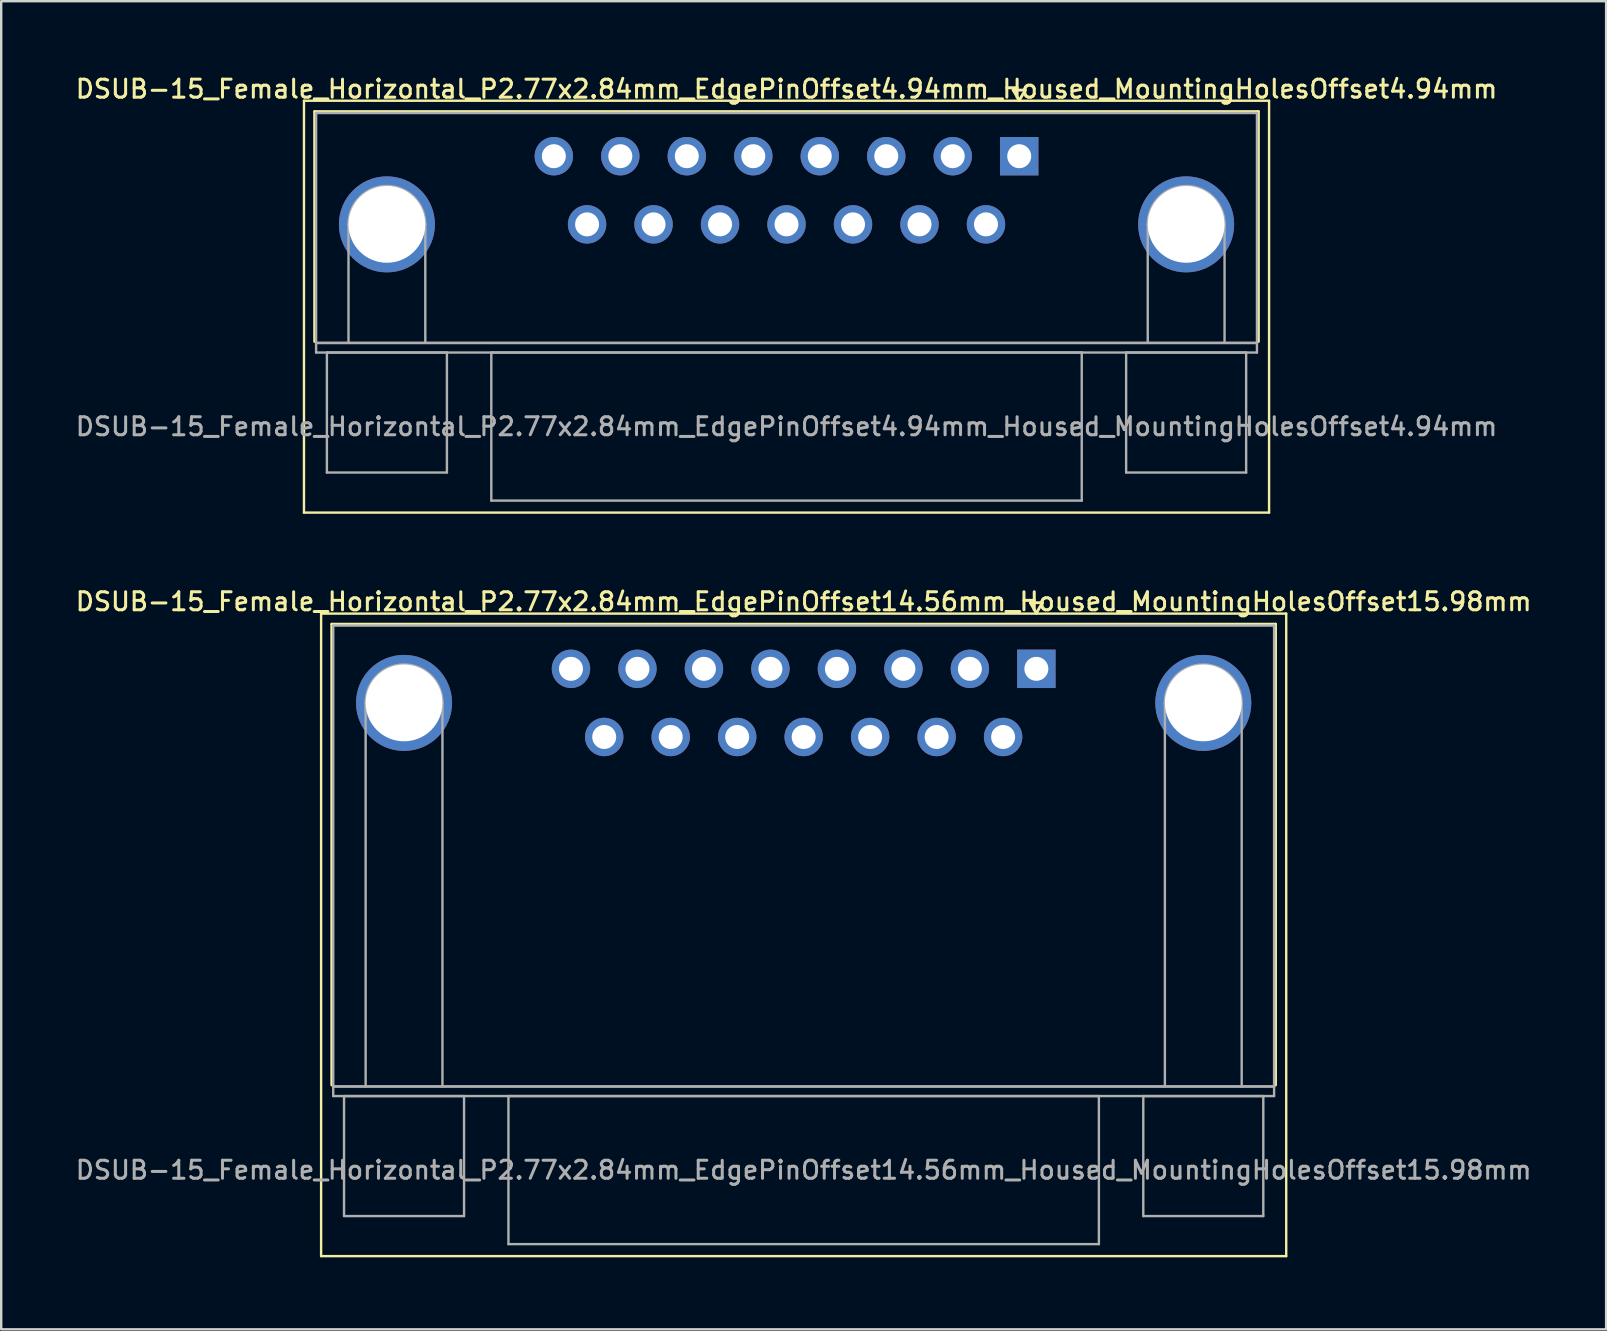
<source format=kicad_pcb>
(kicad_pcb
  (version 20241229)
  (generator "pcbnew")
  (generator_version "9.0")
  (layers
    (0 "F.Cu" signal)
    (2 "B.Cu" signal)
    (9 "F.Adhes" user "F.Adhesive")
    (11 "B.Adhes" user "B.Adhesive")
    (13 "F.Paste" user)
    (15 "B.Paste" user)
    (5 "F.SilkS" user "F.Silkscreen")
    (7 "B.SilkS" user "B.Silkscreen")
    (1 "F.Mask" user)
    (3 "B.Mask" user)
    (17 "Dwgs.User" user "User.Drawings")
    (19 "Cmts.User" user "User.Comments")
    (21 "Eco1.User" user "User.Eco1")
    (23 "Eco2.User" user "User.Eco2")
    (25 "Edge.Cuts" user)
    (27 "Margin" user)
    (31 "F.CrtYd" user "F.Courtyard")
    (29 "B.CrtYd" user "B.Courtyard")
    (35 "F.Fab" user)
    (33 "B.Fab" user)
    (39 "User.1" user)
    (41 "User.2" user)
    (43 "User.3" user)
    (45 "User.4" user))
  (footprint "DSUB-15_Female_Horizontal_P2.77x2.84mm_EdgePinOffset4.94mm_Housed_MountingHolesOffset4.94mm"
    (layer "F.Cu")
    (at 39.415 3.458)
    (property "Reference" "DSUB-15_Female_Horizontal_P2.77x2.84mm_EdgePinOffset4.94mm_Housed_MountingHolesOffset4.94mm" (at -9.695 -2.8 0) (layer "F.SilkS") (effects (font (size 0.75 0.75) (thickness 0.125))))
    (attr through_hole)
    (fp_line (start -29.8 -2.31) (end -29.8 14.85) (stroke (width 0.1) (type solid)) (layer "F.SilkS"))
    (fp_line (start -29.8 14.85) (end 10.41 14.85) (stroke (width 0.1) (type solid)) (layer "F.SilkS"))
    (fp_line (start -29.355 -1.86) (end 9.965 -1.86) (stroke (width 0.12) (type solid)) (layer "F.SilkS"))
    (fp_line (start -29.355 7.72) (end -29.355 -1.86) (stroke (width 0.12) (type solid)) (layer "F.SilkS"))
    (fp_line (start -0.25 -2.754) (end 0.25 -2.754) (stroke (width 0.12) (type solid)) (layer "F.SilkS"))
    (fp_line (start 0 -2.321) (end -0.25 -2.754) (stroke (width 0.12) (type solid)) (layer "F.SilkS"))
    (fp_line (start 0.25 -2.754) (end 0 -2.321) (stroke (width 0.12) (type solid)) (layer "F.SilkS"))
    (fp_line (start 9.965 -1.86) (end 9.965 7.72) (stroke (width 0.12) (type solid)) (layer "F.SilkS"))
    (fp_line (start 10.41 -2.31) (end -29.8 -2.31) (stroke (width 0.1) (type solid)) (layer "F.SilkS"))
    (fp_line (start 10.41 14.85) (end 10.41 -2.31) (stroke (width 0.1) (type solid)) (layer "F.SilkS"))
    (fp_line (start -29.295 -1.8) (end -29.295 7.78) (stroke (width 0.1) (type solid)) (layer "F.Fab"))
    (fp_line (start -29.295 7.78) (end -29.295 8.18) (stroke (width 0.1) (type solid)) (layer "F.Fab"))
    (fp_line (start -29.295 7.78) (end 9.905 7.78) (stroke (width 0.1) (type solid)) (layer "F.Fab"))
    (fp_line (start -29.295 8.18) (end 9.905 8.18) (stroke (width 0.1) (type solid)) (layer "F.Fab"))
    (fp_line (start -28.845 8.18) (end -28.845 13.18) (stroke (width 0.1) (type solid)) (layer "F.Fab"))
    (fp_line (start -28.845 13.18) (end -23.845 13.18) (stroke (width 0.1) (type solid)) (layer "F.Fab"))
    (fp_line (start -27.945 7.78) (end -27.945 2.84) (stroke (width 0.1) (type solid)) (layer "F.Fab"))
    (fp_line (start -24.745 7.78) (end -24.745 2.84) (stroke (width 0.1) (type solid)) (layer "F.Fab"))
    (fp_line (start -23.845 8.18) (end -28.845 8.18) (stroke (width 0.1) (type solid)) (layer "F.Fab"))
    (fp_line (start -23.845 13.18) (end -23.845 8.18) (stroke (width 0.1) (type solid)) (layer "F.Fab"))
    (fp_line (start -21.995 8.18) (end -21.995 14.35) (stroke (width 0.1) (type solid)) (layer "F.Fab"))
    (fp_line (start -21.995 14.35) (end 2.605 14.35) (stroke (width 0.1) (type solid)) (layer "F.Fab"))
    (fp_line (start 2.605 8.18) (end -21.995 8.18) (stroke (width 0.1) (type solid)) (layer "F.Fab"))
    (fp_line (start 2.605 14.35) (end 2.605 8.18) (stroke (width 0.1) (type solid)) (layer "F.Fab"))
    (fp_line (start 4.455 8.18) (end 4.455 13.18) (stroke (width 0.1) (type solid)) (layer "F.Fab"))
    (fp_line (start 4.455 13.18) (end 9.455 13.18) (stroke (width 0.1) (type solid)) (layer "F.Fab"))
    (fp_line (start 5.355 7.78) (end 5.355 2.84) (stroke (width 0.1) (type solid)) (layer "F.Fab"))
    (fp_line (start 8.555 7.78) (end 8.555 2.84) (stroke (width 0.1) (type solid)) (layer "F.Fab"))
    (fp_line (start 9.455 8.18) (end 4.455 8.18) (stroke (width 0.1) (type solid)) (layer "F.Fab"))
    (fp_line (start 9.455 13.18) (end 9.455 8.18) (stroke (width 0.1) (type solid)) (layer "F.Fab"))
    (fp_line (start 9.905 -1.8) (end -29.295 -1.8) (stroke (width 0.1) (type solid)) (layer "F.Fab"))
    (fp_line (start 9.905 7.78) (end -29.295 7.78) (stroke (width 0.1) (type solid)) (layer "F.Fab"))
    (fp_line (start 9.905 7.78) (end 9.905 -1.8) (stroke (width 0.1) (type solid)) (layer "F.Fab"))
    (fp_line (start 9.905 8.18) (end 9.905 7.78) (stroke (width 0.1) (type solid)) (layer "F.Fab"))
    (fp_arc (start -27.945 2.84) (mid -26.345 1.24) (end -24.745 2.84) (stroke (width 0.1) (type solid)) (layer "F.Fab"))
    (fp_arc (start 5.355 2.84) (mid 6.955 1.24) (end 8.555 2.84) (stroke (width 0.1) (type solid)) (layer "F.Fab"))
    (fp_text user "${REFERENCE}" (at -9.695 11.265 0) (layer "F.Fab") (effects (font (size 0.75 0.75) (thickness 0.125))))
    (pad "0" thru_hole circle (at -26.345 2.84) (size 4 4) (drill 3.2) (layers "*.Cu" "*.Mask"))
    (pad "0" thru_hole circle (at 6.955 2.84) (size 4 4) (drill 3.2) (layers "*.Cu" "*.Mask"))
    (pad "1" thru_hole rect (at 0 0) (size 1.6 1.6) (drill 1) (layers "*.Cu" "*.Mask"))
    (pad "2" thru_hole circle (at -2.77 0) (size 1.6 1.6) (drill 1) (layers "*.Cu" "*.Mask"))
    (pad "3" thru_hole circle (at -5.54 0) (size 1.6 1.6) (drill 1) (layers "*.Cu" "*.Mask"))
    (pad "4" thru_hole circle (at -8.31 0) (size 1.6 1.6) (drill 1) (layers "*.Cu" "*.Mask"))
    (pad "5" thru_hole circle (at -11.08 0) (size 1.6 1.6) (drill 1) (layers "*.Cu" "*.Mask"))
    (pad "6" thru_hole circle (at -13.85 0) (size 1.6 1.6) (drill 1) (layers "*.Cu" "*.Mask"))
    (pad "7" thru_hole circle (at -16.62 0) (size 1.6 1.6) (drill 1) (layers "*.Cu" "*.Mask"))
    (pad "8" thru_hole circle (at -19.39 0) (size 1.6 1.6) (drill 1) (layers "*.Cu" "*.Mask"))
    (pad "9" thru_hole circle (at -1.385 2.84) (size 1.6 1.6) (drill 1) (layers "*.Cu" "*.Mask"))
    (pad "10" thru_hole circle (at -4.155 2.84) (size 1.6 1.6) (drill 1) (layers "*.Cu" "*.Mask"))
    (pad "11" thru_hole circle (at -6.925 2.84) (size 1.6 1.6) (drill 1) (layers "*.Cu" "*.Mask"))
    (pad "12" thru_hole circle (at -9.695 2.84) (size 1.6 1.6) (drill 1) (layers "*.Cu" "*.Mask"))
    (pad "13" thru_hole circle (at -12.465 2.84) (size 1.6 1.6) (drill 1) (layers "*.Cu" "*.Mask"))
    (pad "14" thru_hole circle (at -15.235 2.84) (size 1.6 1.6) (drill 1) (layers "*.Cu" "*.Mask"))
    (pad "15" thru_hole circle (at -18.005 2.84) (size 1.6 1.6) (drill 1) (layers "*.Cu" "*.Mask")))
  (footprint "DSUB-15_Female_Horizontal_P2.77x2.84mm_EdgePinOffset14.56mm_Housed_MountingHolesOffset15.98mm"
    (layer "F.Cu")
    (at 40.129 24.816)
    (property "Reference" "DSUB-15_Female_Horizontal_P2.77x2.84mm_EdgePinOffset14.56mm_Housed_MountingHolesOffset15.98mm" (at -9.695 -2.8 0) (layer "F.SilkS") (effects (font (size 0.75 0.75) (thickness 0.125))))
    (attr through_hole)
    (fp_line (start -29.8 -2.3) (end -29.8 24.47) (stroke (width 0.1) (type solid)) (layer "F.SilkS"))
    (fp_line (start -29.8 24.47) (end 10.41 24.47) (stroke (width 0.1) (type solid)) (layer "F.SilkS"))
    (fp_line (start -29.355 -1.86) (end 9.965 -1.86) (stroke (width 0.12) (type solid)) (layer "F.SilkS"))
    (fp_line (start -29.355 17.34) (end -29.355 -1.86) (stroke (width 0.12) (type solid)) (layer "F.SilkS"))
    (fp_line (start -0.25 -2.754) (end 0.25 -2.754) (stroke (width 0.12) (type solid)) (layer "F.SilkS"))
    (fp_line (start 0 -2.321) (end -0.25 -2.754) (stroke (width 0.12) (type solid)) (layer "F.SilkS"))
    (fp_line (start 0.25 -2.754) (end 0 -2.321) (stroke (width 0.12) (type solid)) (layer "F.SilkS"))
    (fp_line (start 9.965 -1.86) (end 9.965 17.34) (stroke (width 0.12) (type solid)) (layer "F.SilkS"))
    (fp_line (start 10.41 -2.3) (end -29.8 -2.3) (stroke (width 0.1) (type solid)) (layer "F.SilkS"))
    (fp_line (start 10.41 24.47) (end 10.41 -2.3) (stroke (width 0.1) (type solid)) (layer "F.SilkS"))
    (fp_line (start -29.295 -1.8) (end -29.295 17.4) (stroke (width 0.1) (type solid)) (layer "F.Fab"))
    (fp_line (start -29.295 17.4) (end -29.295 17.8) (stroke (width 0.1) (type solid)) (layer "F.Fab"))
    (fp_line (start -29.295 17.4) (end 9.905 17.4) (stroke (width 0.1) (type solid)) (layer "F.Fab"))
    (fp_line (start -29.295 17.8) (end 9.905 17.8) (stroke (width 0.1) (type solid)) (layer "F.Fab"))
    (fp_line (start -28.845 17.8) (end -28.845 22.8) (stroke (width 0.1) (type solid)) (layer "F.Fab"))
    (fp_line (start -28.845 22.8) (end -23.845 22.8) (stroke (width 0.1) (type solid)) (layer "F.Fab"))
    (fp_line (start -27.945 17.4) (end -27.945 1.42) (stroke (width 0.1) (type solid)) (layer "F.Fab"))
    (fp_line (start -24.745 17.4) (end -24.745 1.42) (stroke (width 0.1) (type solid)) (layer "F.Fab"))
    (fp_line (start -23.845 17.8) (end -28.845 17.8) (stroke (width 0.1) (type solid)) (layer "F.Fab"))
    (fp_line (start -23.845 22.8) (end -23.845 17.8) (stroke (width 0.1) (type solid)) (layer "F.Fab"))
    (fp_line (start -21.995 17.8) (end -21.995 23.97) (stroke (width 0.1) (type solid)) (layer "F.Fab"))
    (fp_line (start -21.995 23.97) (end 2.605 23.97) (stroke (width 0.1) (type solid)) (layer "F.Fab"))
    (fp_line (start 2.605 17.8) (end -21.995 17.8) (stroke (width 0.1) (type solid)) (layer "F.Fab"))
    (fp_line (start 2.605 23.97) (end 2.605 17.8) (stroke (width 0.1) (type solid)) (layer "F.Fab"))
    (fp_line (start 4.455 17.8) (end 4.455 22.8) (stroke (width 0.1) (type solid)) (layer "F.Fab"))
    (fp_line (start 4.455 22.8) (end 9.455 22.8) (stroke (width 0.1) (type solid)) (layer "F.Fab"))
    (fp_line (start 5.355 17.4) (end 5.355 1.42) (stroke (width 0.1) (type solid)) (layer "F.Fab"))
    (fp_line (start 8.555 17.4) (end 8.555 1.42) (stroke (width 0.1) (type solid)) (layer "F.Fab"))
    (fp_line (start 9.455 17.8) (end 4.455 17.8) (stroke (width 0.1) (type solid)) (layer "F.Fab"))
    (fp_line (start 9.455 22.8) (end 9.455 17.8) (stroke (width 0.1) (type solid)) (layer "F.Fab"))
    (fp_line (start 9.905 -1.8) (end -29.295 -1.8) (stroke (width 0.1) (type solid)) (layer "F.Fab"))
    (fp_line (start 9.905 17.4) (end -29.295 17.4) (stroke (width 0.1) (type solid)) (layer "F.Fab"))
    (fp_line (start 9.905 17.4) (end 9.905 -1.8) (stroke (width 0.1) (type solid)) (layer "F.Fab"))
    (fp_line (start 9.905 17.8) (end 9.905 17.4) (stroke (width 0.1) (type solid)) (layer "F.Fab"))
    (fp_arc (start -27.945 1.42) (mid -26.345 -0.18) (end -24.745 1.42) (stroke (width 0.1) (type solid)) (layer "F.Fab"))
    (fp_arc (start 5.355 1.42) (mid 6.955 -0.18) (end 8.555 1.42) (stroke (width 0.1) (type solid)) (layer "F.Fab"))
    (fp_text user "${REFERENCE}" (at -9.695 20.885 0) (layer "F.Fab") (effects (font (size 0.75 0.75) (thickness 0.125))))
    (pad "0" thru_hole circle (at -26.345 1.42) (size 4 4) (drill 3.2) (layers "*.Cu" "*.Mask"))
    (pad "0" thru_hole circle (at 6.955 1.42) (size 4 4) (drill 3.2) (layers "*.Cu" "*.Mask"))
    (pad "1" thru_hole rect (at 0 0) (size 1.6 1.6) (drill 1) (layers "*.Cu" "*.Mask"))
    (pad "2" thru_hole circle (at -2.77 0) (size 1.6 1.6) (drill 1) (layers "*.Cu" "*.Mask"))
    (pad "3" thru_hole circle (at -5.54 0) (size 1.6 1.6) (drill 1) (layers "*.Cu" "*.Mask"))
    (pad "4" thru_hole circle (at -8.31 0) (size 1.6 1.6) (drill 1) (layers "*.Cu" "*.Mask"))
    (pad "5" thru_hole circle (at -11.08 0) (size 1.6 1.6) (drill 1) (layers "*.Cu" "*.Mask"))
    (pad "6" thru_hole circle (at -13.85 0) (size 1.6 1.6) (drill 1) (layers "*.Cu" "*.Mask"))
    (pad "7" thru_hole circle (at -16.62 0) (size 1.6 1.6) (drill 1) (layers "*.Cu" "*.Mask"))
    (pad "8" thru_hole circle (at -19.39 0) (size 1.6 1.6) (drill 1) (layers "*.Cu" "*.Mask"))
    (pad "9" thru_hole circle (at -1.385 2.84) (size 1.6 1.6) (drill 1) (layers "*.Cu" "*.Mask"))
    (pad "10" thru_hole circle (at -4.155 2.84) (size 1.6 1.6) (drill 1) (layers "*.Cu" "*.Mask"))
    (pad "11" thru_hole circle (at -6.925 2.84) (size 1.6 1.6) (drill 1) (layers "*.Cu" "*.Mask"))
    (pad "12" thru_hole circle (at -9.695 2.84) (size 1.6 1.6) (drill 1) (layers "*.Cu" "*.Mask"))
    (pad "13" thru_hole circle (at -12.465 2.84) (size 1.6 1.6) (drill 1) (layers "*.Cu" "*.Mask"))
    (pad "14" thru_hole circle (at -15.235 2.84) (size 1.6 1.6) (drill 1) (layers "*.Cu" "*.Mask"))
    (pad "15" thru_hole circle (at -18.005 2.84) (size 1.6 1.6) (drill 1) (layers "*.Cu" "*.Mask")))
  (gr_rect
    (start -3 -3)
    (end 63.868 52.336)
    (stroke (width 0.1) (type default))
    (fill no)
    (layer "Edge.Cuts")))
</source>
